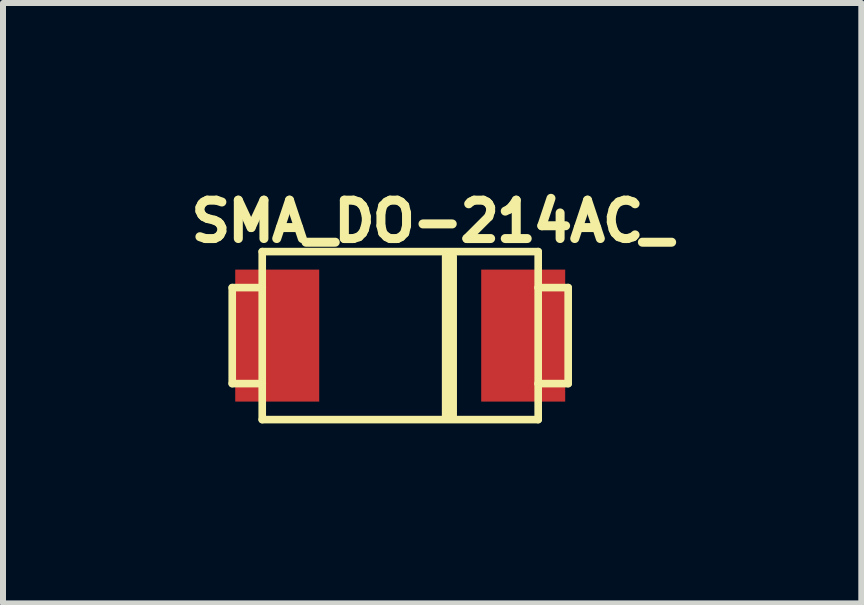
<source format=kicad_pcb>
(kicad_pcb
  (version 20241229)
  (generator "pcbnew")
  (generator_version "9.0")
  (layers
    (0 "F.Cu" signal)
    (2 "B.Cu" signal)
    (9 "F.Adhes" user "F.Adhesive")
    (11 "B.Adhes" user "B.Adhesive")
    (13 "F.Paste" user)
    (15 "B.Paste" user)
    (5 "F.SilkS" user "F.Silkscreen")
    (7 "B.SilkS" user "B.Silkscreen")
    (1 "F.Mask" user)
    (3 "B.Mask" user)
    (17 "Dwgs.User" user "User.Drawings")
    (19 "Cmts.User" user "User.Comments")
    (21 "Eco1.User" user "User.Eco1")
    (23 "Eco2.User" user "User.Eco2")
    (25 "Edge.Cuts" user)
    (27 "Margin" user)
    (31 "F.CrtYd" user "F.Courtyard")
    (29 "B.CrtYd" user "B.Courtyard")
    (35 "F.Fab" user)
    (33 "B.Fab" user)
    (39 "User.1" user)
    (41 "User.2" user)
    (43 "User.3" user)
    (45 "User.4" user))
  (footprint "SMA_DO-214AC_"
    (layer "F.Cu")
    (at 3.621 2.544)
    (property "Reference" "SMA_DO-214AC_" (at 0.532 -1.906 0) (layer "F.SilkS") (effects (font (size 0.64 0.64) (thickness 0.15))))
    (attr smd)
    (fp_line (start -2.8 -0.8) (end -2.8 0.8) (stroke (width 0.127) (type solid)) (layer "F.SilkS"))
    (fp_line (start -2.3 -1.4) (end -2.3 -0.8) (stroke (width 0.127) (type solid)) (layer "F.SilkS"))
    (fp_line (start -2.3 -1.4) (end 2.3 -1.4) (stroke (width 0.127) (type solid)) (layer "F.SilkS"))
    (fp_line (start -2.3 -0.8) (end -2.8 -0.8) (stroke (width 0.127) (type solid)) (layer "F.SilkS"))
    (fp_line (start -2.3 -0.8) (end -2.3 0.8) (stroke (width 0.127) (type solid)) (layer "F.SilkS"))
    (fp_line (start -2.3 0.8) (end -2.8 0.8) (stroke (width 0.127) (type solid)) (layer "F.SilkS"))
    (fp_line (start -2.3 0.8) (end -2.3 1.4) (stroke (width 0.127) (type solid)) (layer "F.SilkS"))
    (fp_line (start -2.3 1.4) (end 2.3 1.4) (stroke (width 0.127) (type solid)) (layer "F.SilkS"))
    (fp_line (start 0.77 1.37) (end 0.77 -1.32) (stroke (width 0.152) (type solid)) (layer "F.SilkS"))
    (fp_line (start 0.87 1.37) (end 0.87 -1.32) (stroke (width 0.152) (type solid)) (layer "F.SilkS"))
    (fp_line (start 2.3 -0.8) (end 2.3 -1.4) (stroke (width 0.127) (type solid)) (layer "F.SilkS"))
    (fp_line (start 2.3 -0.8) (end 2.8 -0.8) (stroke (width 0.127) (type solid)) (layer "F.SilkS"))
    (fp_line (start 2.3 0.8) (end 2.3 -0.8) (stroke (width 0.127) (type solid)) (layer "F.SilkS"))
    (fp_line (start 2.3 0.8) (end 2.8 0.8) (stroke (width 0.127) (type solid)) (layer "F.SilkS"))
    (fp_line (start 2.3 1.4) (end 2.3 0.8) (stroke (width 0.127) (type solid)) (layer "F.SilkS"))
    (fp_line (start 2.8 -0.8) (end 2.8 0.8) (stroke (width 0.127) (type solid)) (layer "F.SilkS"))
    (pad "A" smd rect (at -2.05 0) (size 1.4 2.2) (layers "F.Cu" "F.Mask" "F.Paste"))
    (pad "K" smd rect (at 2.05 0) (size 1.4 2.2) (layers "F.Cu" "F.Mask" "F.Paste")))
  (gr_rect
    (start -3 -3)
    (end 11.307 7.008)
    (stroke (width 0.1) (type default))
    (fill no)
    (layer "Edge.Cuts")))
</source>
